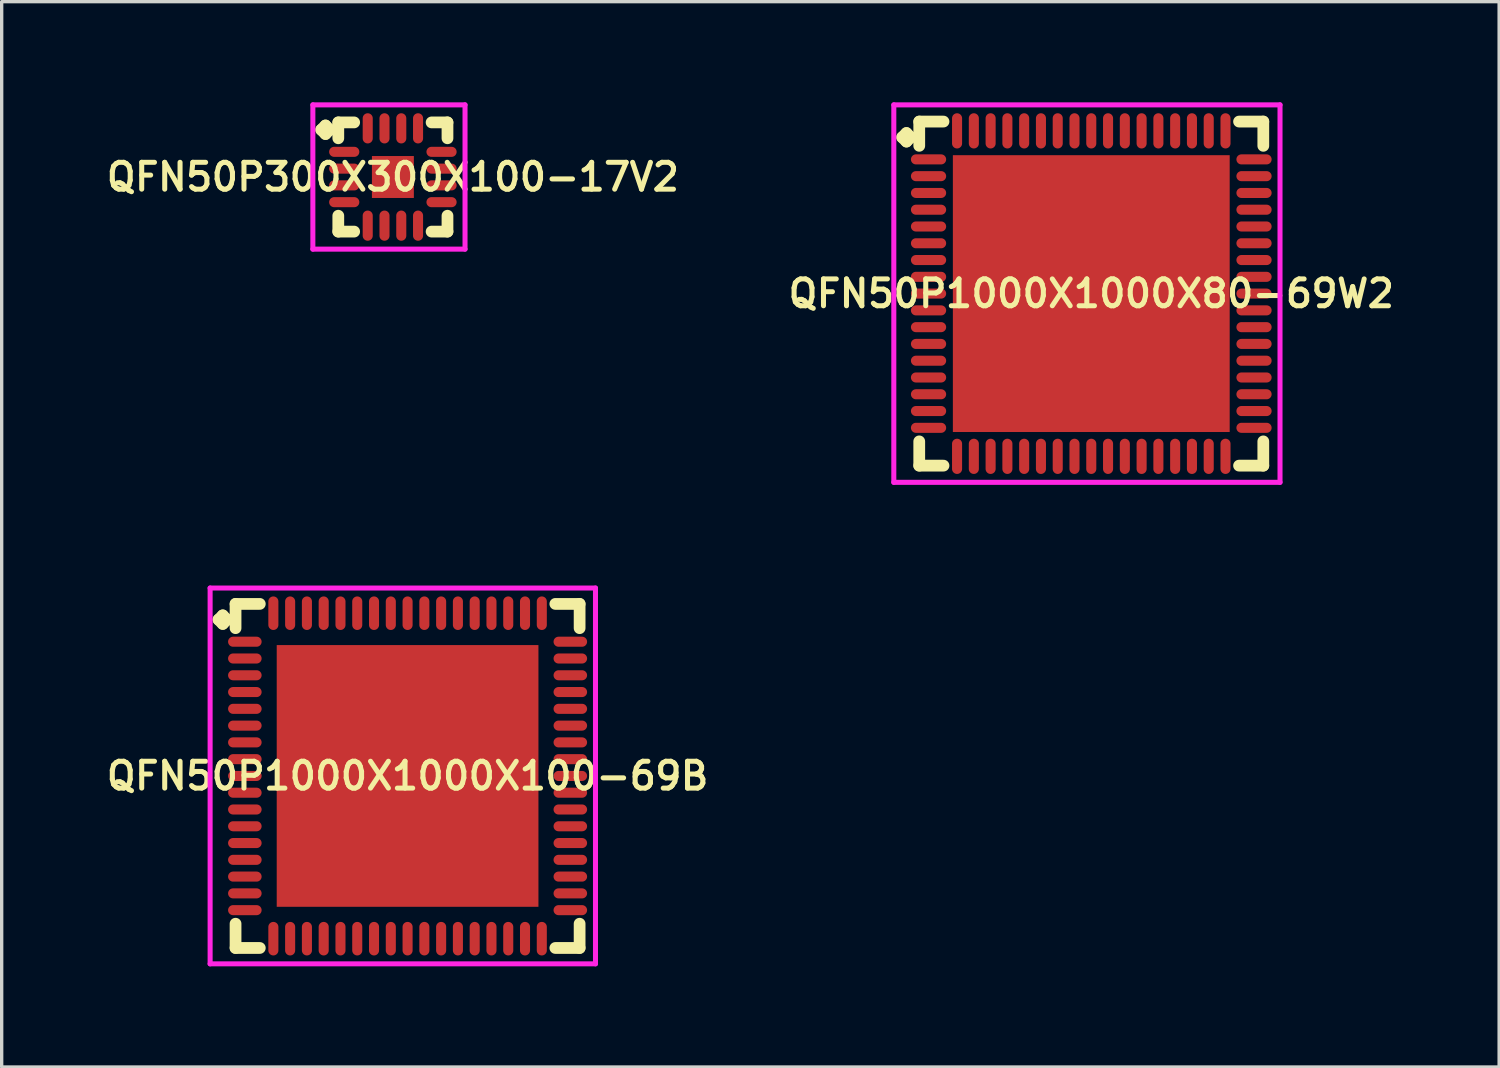
<source format=kicad_pcb>
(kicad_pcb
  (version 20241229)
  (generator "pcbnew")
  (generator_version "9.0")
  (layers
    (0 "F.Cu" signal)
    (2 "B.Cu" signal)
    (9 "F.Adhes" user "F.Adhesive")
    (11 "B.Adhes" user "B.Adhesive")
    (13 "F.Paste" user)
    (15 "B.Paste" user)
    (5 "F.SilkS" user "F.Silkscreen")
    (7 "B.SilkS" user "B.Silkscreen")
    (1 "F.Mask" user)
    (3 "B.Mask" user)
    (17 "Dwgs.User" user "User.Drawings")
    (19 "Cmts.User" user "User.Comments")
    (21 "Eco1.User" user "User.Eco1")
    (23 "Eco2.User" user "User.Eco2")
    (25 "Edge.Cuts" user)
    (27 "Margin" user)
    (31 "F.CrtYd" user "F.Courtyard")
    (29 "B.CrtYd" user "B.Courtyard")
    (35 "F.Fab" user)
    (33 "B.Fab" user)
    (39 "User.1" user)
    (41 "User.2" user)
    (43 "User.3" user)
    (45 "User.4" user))
  (footprint "QFN50P300X300X100-17V2"
    (layer "F.Cu")
    (at 8.659 2.225)
    (property "Reference" "QFN50P300X300X100-17V2" (at 0 0 0) (layer "F.SilkS") (effects (font (size 0.8 0.8) (thickness 0.15))))
    (attr smd)
    (fp_line (start -2.135 -1.408) (end -2.008 -1.535) (stroke (width 0.35) (type solid)) (layer "F.SilkS"))
    (fp_line (start -2.008 -1.535) (end -1.881 -1.408) (stroke (width 0.35) (type solid)) (layer "F.SilkS"))
    (fp_line (start -2.008 -1.281) (end -2.135 -1.408) (stroke (width 0.35) (type solid)) (layer "F.SilkS"))
    (fp_line (start -1.881 -1.408) (end -2.008 -1.281) (stroke (width 0.35) (type solid)) (layer "F.SilkS"))
    (fp_line (start -1.627 -1.627) (end -1.154 -1.627) (stroke (width 0.35) (type solid)) (layer "F.SilkS"))
    (fp_line (start -1.627 -1.154) (end -1.627 -1.627) (stroke (width 0.35) (type solid)) (layer "F.SilkS"))
    (fp_line (start -1.627 1.154) (end -1.627 1.627) (stroke (width 0.35) (type solid)) (layer "F.SilkS"))
    (fp_line (start -1.627 1.627) (end -1.154 1.627) (stroke (width 0.35) (type solid)) (layer "F.SilkS"))
    (fp_line (start 1.154 -1.627) (end 1.627 -1.627) (stroke (width 0.35) (type solid)) (layer "F.SilkS"))
    (fp_line (start 1.154 1.627) (end 1.627 1.627) (stroke (width 0.35) (type solid)) (layer "F.SilkS"))
    (fp_line (start 1.627 -1.627) (end 1.627 -1.154) (stroke (width 0.35) (type solid)) (layer "F.SilkS"))
    (fp_line (start 1.627 1.627) (end 1.627 1.154) (stroke (width 0.35) (type solid)) (layer "F.SilkS"))
    (fp_line (start -2.385 -2.15) (end 2.15 -2.15) (stroke (width 0.15) (type solid)) (layer "F.CrtYd"))
    (fp_line (start -2.385 2.15) (end -2.385 -2.15) (stroke (width 0.15) (type solid)) (layer "F.CrtYd"))
    (fp_line (start 2.15 -2.15) (end 2.15 2.15) (stroke (width 0.15) (type solid)) (layer "F.CrtYd"))
    (fp_line (start 2.15 2.15) (end -2.385 2.15) (stroke (width 0.15) (type solid)) (layer "F.CrtYd"))
    (pad "1" smd oval (at -1.45 -0.75) (size 0.9 0.3) (layers "F.Cu" "F.Mask" "F.Paste"))
    (pad "2" smd oval (at -1.45 -0.25) (size 0.9 0.3) (layers "F.Cu" "F.Mask" "F.Paste"))
    (pad "3" smd oval (at -1.45 0.25) (size 0.9 0.3) (layers "F.Cu" "F.Mask" "F.Paste"))
    (pad "4" smd oval (at -1.45 0.75) (size 0.9 0.3) (layers "F.Cu" "F.Mask" "F.Paste"))
    (pad "5" smd oval (at -0.75 1.45) (size 0.3 0.9) (layers "F.Cu" "F.Mask" "F.Paste"))
    (pad "6" smd oval (at -0.25 1.45) (size 0.3 0.9) (layers "F.Cu" "F.Mask" "F.Paste"))
    (pad "7" smd oval (at 0.25 1.45) (size 0.3 0.9) (layers "F.Cu" "F.Mask" "F.Paste"))
    (pad "8" smd oval (at 0.75 1.45) (size 0.3 0.9) (layers "F.Cu" "F.Mask" "F.Paste"))
    (pad "9" smd oval (at 1.45 0.75) (size 0.9 0.3) (layers "F.Cu" "F.Mask" "F.Paste"))
    (pad "10" smd oval (at 1.45 0.25) (size 0.9 0.3) (layers "F.Cu" "F.Mask" "F.Paste"))
    (pad "11" smd oval (at 1.45 -0.25) (size 0.9 0.3) (layers "F.Cu" "F.Mask" "F.Paste"))
    (pad "12" smd oval (at 1.45 -0.75) (size 0.9 0.3) (layers "F.Cu" "F.Mask" "F.Paste"))
    (pad "13" smd oval (at 0.75 -1.45) (size 0.3 0.9) (layers "F.Cu" "F.Mask" "F.Paste"))
    (pad "14" smd oval (at 0.25 -1.45) (size 0.3 0.9) (layers "F.Cu" "F.Mask" "F.Paste"))
    (pad "15" smd oval (at -0.25 -1.45) (size 0.3 0.9) (layers "F.Cu" "F.Mask" "F.Paste"))
    (pad "16" smd oval (at -0.75 -1.45) (size 0.3 0.9) (layers "F.Cu" "F.Mask" "F.Paste"))
    (pad "17" smd rect (at 0 0) (size 1.25 1.25) (layers "F.Cu" "F.Mask" "F.Paste")))
  (footprint "QFN50P1000X1000X80-69W2"
    (layer "F.Cu")
    (at 29.473 5.7)
    (property "Reference" "QFN50P1000X1000X80-69W2" (at 0 0 0) (layer "F.SilkS") (effects (font (size 0.8 0.8) (thickness 0.15))))
    (attr smd)
    (fp_line (start -5.635 -4.658) (end -5.508 -4.785) (stroke (width 0.35) (type solid)) (layer "F.SilkS"))
    (fp_line (start -5.508 -4.785) (end -5.381 -4.658) (stroke (width 0.35) (type solid)) (layer "F.SilkS"))
    (fp_line (start -5.508 -4.531) (end -5.635 -4.658) (stroke (width 0.35) (type solid)) (layer "F.SilkS"))
    (fp_line (start -5.381 -4.658) (end -5.508 -4.531) (stroke (width 0.35) (type solid)) (layer "F.SilkS"))
    (fp_line (start -5.127 -5.127) (end -4.404 -5.127) (stroke (width 0.35) (type solid)) (layer "F.SilkS"))
    (fp_line (start -5.127 -4.404) (end -5.127 -5.127) (stroke (width 0.35) (type solid)) (layer "F.SilkS"))
    (fp_line (start -5.127 4.404) (end -5.127 5.127) (stroke (width 0.35) (type solid)) (layer "F.SilkS"))
    (fp_line (start -5.127 5.127) (end -4.404 5.127) (stroke (width 0.35) (type solid)) (layer "F.SilkS"))
    (fp_line (start 4.404 -5.127) (end 5.127 -5.127) (stroke (width 0.35) (type solid)) (layer "F.SilkS"))
    (fp_line (start 4.404 5.127) (end 5.127 5.127) (stroke (width 0.35) (type solid)) (layer "F.SilkS"))
    (fp_line (start 5.127 -5.127) (end 5.127 -4.404) (stroke (width 0.35) (type solid)) (layer "F.SilkS"))
    (fp_line (start 5.127 5.127) (end 5.127 4.404) (stroke (width 0.35) (type solid)) (layer "F.SilkS"))
    (fp_line (start -5.885 -5.625) (end 5.625 -5.625) (stroke (width 0.15) (type solid)) (layer "F.CrtYd"))
    (fp_line (start -5.885 5.625) (end -5.885 -5.625) (stroke (width 0.15) (type solid)) (layer "F.CrtYd"))
    (fp_line (start 5.625 -5.625) (end 5.625 5.625) (stroke (width 0.15) (type solid)) (layer "F.CrtYd"))
    (fp_line (start 5.625 5.625) (end -5.885 5.625) (stroke (width 0.15) (type solid)) (layer "F.CrtYd"))
    (pad "1" smd oval (at -4.85 -4) (size 1.05 0.3) (layers "F.Cu" "F.Mask" "F.Paste"))
    (pad "2" smd oval (at -4.85 -3.5) (size 1.05 0.3) (layers "F.Cu" "F.Mask" "F.Paste"))
    (pad "3" smd oval (at -4.85 -3) (size 1.05 0.3) (layers "F.Cu" "F.Mask" "F.Paste"))
    (pad "4" smd oval (at -4.85 -2.5) (size 1.05 0.3) (layers "F.Cu" "F.Mask" "F.Paste"))
    (pad "5" smd oval (at -4.85 -2) (size 1.05 0.3) (layers "F.Cu" "F.Mask" "F.Paste"))
    (pad "6" smd oval (at -4.85 -1.5) (size 1.05 0.3) (layers "F.Cu" "F.Mask" "F.Paste"))
    (pad "7" smd oval (at -4.85 -1) (size 1.05 0.3) (layers "F.Cu" "F.Mask" "F.Paste"))
    (pad "8" smd oval (at -4.85 -0.5) (size 1.05 0.3) (layers "F.Cu" "F.Mask" "F.Paste"))
    (pad "9" smd oval (at -4.85 0) (size 1.05 0.3) (layers "F.Cu" "F.Mask" "F.Paste"))
    (pad "10" smd oval (at -4.85 0.5) (size 1.05 0.3) (layers "F.Cu" "F.Mask" "F.Paste"))
    (pad "11" smd oval (at -4.85 1) (size 1.05 0.3) (layers "F.Cu" "F.Mask" "F.Paste"))
    (pad "12" smd oval (at -4.85 1.5) (size 1.05 0.3) (layers "F.Cu" "F.Mask" "F.Paste"))
    (pad "13" smd oval (at -4.85 2) (size 1.05 0.3) (layers "F.Cu" "F.Mask" "F.Paste"))
    (pad "14" smd oval (at -4.85 2.5) (size 1.05 0.3) (layers "F.Cu" "F.Mask" "F.Paste"))
    (pad "15" smd oval (at -4.85 3) (size 1.05 0.3) (layers "F.Cu" "F.Mask" "F.Paste"))
    (pad "16" smd oval (at -4.85 3.5) (size 1.05 0.3) (layers "F.Cu" "F.Mask" "F.Paste"))
    (pad "17" smd oval (at -4.85 4) (size 1.05 0.3) (layers "F.Cu" "F.Mask" "F.Paste"))
    (pad "18" smd oval (at -4 4.85) (size 0.3 1.05) (layers "F.Cu" "F.Mask" "F.Paste"))
    (pad "19" smd oval (at -3.5 4.85) (size 0.3 1.05) (layers "F.Cu" "F.Mask" "F.Paste"))
    (pad "20" smd oval (at -3 4.85) (size 0.3 1.05) (layers "F.Cu" "F.Mask" "F.Paste"))
    (pad "21" smd oval (at -2.5 4.85) (size 0.3 1.05) (layers "F.Cu" "F.Mask" "F.Paste"))
    (pad "22" smd oval (at -2 4.85) (size 0.3 1.05) (layers "F.Cu" "F.Mask" "F.Paste"))
    (pad "23" smd oval (at -1.5 4.85) (size 0.3 1.05) (layers "F.Cu" "F.Mask" "F.Paste"))
    (pad "24" smd oval (at -1 4.85) (size 0.3 1.05) (layers "F.Cu" "F.Mask" "F.Paste"))
    (pad "25" smd oval (at -0.5 4.85) (size 0.3 1.05) (layers "F.Cu" "F.Mask" "F.Paste"))
    (pad "26" smd oval (at 0 4.85) (size 0.3 1.05) (layers "F.Cu" "F.Mask" "F.Paste"))
    (pad "27" smd oval (at 0.5 4.85) (size 0.3 1.05) (layers "F.Cu" "F.Mask" "F.Paste"))
    (pad "28" smd oval (at 1 4.85) (size 0.3 1.05) (layers "F.Cu" "F.Mask" "F.Paste"))
    (pad "29" smd oval (at 1.5 4.85) (size 0.3 1.05) (layers "F.Cu" "F.Mask" "F.Paste"))
    (pad "30" smd oval (at 2 4.85) (size 0.3 1.05) (layers "F.Cu" "F.Mask" "F.Paste"))
    (pad "31" smd oval (at 2.5 4.85) (size 0.3 1.05) (layers "F.Cu" "F.Mask" "F.Paste"))
    (pad "32" smd oval (at 3 4.85) (size 0.3 1.05) (layers "F.Cu" "F.Mask" "F.Paste"))
    (pad "33" smd oval (at 3.5 4.85) (size 0.3 1.05) (layers "F.Cu" "F.Mask" "F.Paste"))
    (pad "34" smd oval (at 4 4.85) (size 0.3 1.05) (layers "F.Cu" "F.Mask" "F.Paste"))
    (pad "35" smd oval (at 4.85 4) (size 1.05 0.3) (layers "F.Cu" "F.Mask" "F.Paste"))
    (pad "36" smd oval (at 4.85 3.5) (size 1.05 0.3) (layers "F.Cu" "F.Mask" "F.Paste"))
    (pad "37" smd oval (at 4.85 3) (size 1.05 0.3) (layers "F.Cu" "F.Mask" "F.Paste"))
    (pad "38" smd oval (at 4.85 2.5) (size 1.05 0.3) (layers "F.Cu" "F.Mask" "F.Paste"))
    (pad "39" smd oval (at 4.85 2) (size 1.05 0.3) (layers "F.Cu" "F.Mask" "F.Paste"))
    (pad "40" smd oval (at 4.85 1.5) (size 1.05 0.3) (layers "F.Cu" "F.Mask" "F.Paste"))
    (pad "41" smd oval (at 4.85 1) (size 1.05 0.3) (layers "F.Cu" "F.Mask" "F.Paste"))
    (pad "42" smd oval (at 4.85 0.5) (size 1.05 0.3) (layers "F.Cu" "F.Mask" "F.Paste"))
    (pad "43" smd oval (at 4.85 0) (size 1.05 0.3) (layers "F.Cu" "F.Mask" "F.Paste"))
    (pad "44" smd oval (at 4.85 -0.5) (size 1.05 0.3) (layers "F.Cu" "F.Mask" "F.Paste"))
    (pad "45" smd oval (at 4.85 -1) (size 1.05 0.3) (layers "F.Cu" "F.Mask" "F.Paste"))
    (pad "46" smd oval (at 4.85 -1.5) (size 1.05 0.3) (layers "F.Cu" "F.Mask" "F.Paste"))
    (pad "47" smd oval (at 4.85 -2) (size 1.05 0.3) (layers "F.Cu" "F.Mask" "F.Paste"))
    (pad "48" smd oval (at 4.85 -2.5) (size 1.05 0.3) (layers "F.Cu" "F.Mask" "F.Paste"))
    (pad "49" smd oval (at 4.85 -3) (size 1.05 0.3) (layers "F.Cu" "F.Mask" "F.Paste"))
    (pad "50" smd oval (at 4.85 -3.5) (size 1.05 0.3) (layers "F.Cu" "F.Mask" "F.Paste"))
    (pad "51" smd oval (at 4.85 -4) (size 1.05 0.3) (layers "F.Cu" "F.Mask" "F.Paste"))
    (pad "52" smd oval (at 4 -4.85) (size 0.3 1.05) (layers "F.Cu" "F.Mask" "F.Paste"))
    (pad "53" smd oval (at 3.5 -4.85) (size 0.3 1.05) (layers "F.Cu" "F.Mask" "F.Paste"))
    (pad "54" smd oval (at 3 -4.85) (size 0.3 1.05) (layers "F.Cu" "F.Mask" "F.Paste"))
    (pad "55" smd oval (at 2.5 -4.85) (size 0.3 1.05) (layers "F.Cu" "F.Mask" "F.Paste"))
    (pad "56" smd oval (at 2 -4.85) (size 0.3 1.05) (layers "F.Cu" "F.Mask" "F.Paste"))
    (pad "57" smd oval (at 1.5 -4.85) (size 0.3 1.05) (layers "F.Cu" "F.Mask" "F.Paste"))
    (pad "58" smd oval (at 1 -4.85) (size 0.3 1.05) (layers "F.Cu" "F.Mask" "F.Paste"))
    (pad "59" smd oval (at 0.5 -4.85) (size 0.3 1.05) (layers "F.Cu" "F.Mask" "F.Paste"))
    (pad "60" smd oval (at 0 -4.85) (size 0.3 1.05) (layers "F.Cu" "F.Mask" "F.Paste"))
    (pad "61" smd oval (at -0.5 -4.85) (size 0.3 1.05) (layers "F.Cu" "F.Mask" "F.Paste"))
    (pad "62" smd oval (at -1 -4.85) (size 0.3 1.05) (layers "F.Cu" "F.Mask" "F.Paste"))
    (pad "63" smd oval (at -1.5 -4.85) (size 0.3 1.05) (layers "F.Cu" "F.Mask" "F.Paste"))
    (pad "64" smd oval (at -2 -4.85) (size 0.3 1.05) (layers "F.Cu" "F.Mask" "F.Paste"))
    (pad "65" smd oval (at -2.5 -4.85) (size 0.3 1.05) (layers "F.Cu" "F.Mask" "F.Paste"))
    (pad "66" smd oval (at -3 -4.85) (size 0.3 1.05) (layers "F.Cu" "F.Mask" "F.Paste"))
    (pad "67" smd oval (at -3.5 -4.85) (size 0.3 1.05) (layers "F.Cu" "F.Mask" "F.Paste"))
    (pad "68" smd oval (at -4 -4.85) (size 0.3 1.05) (layers "F.Cu" "F.Mask" "F.Paste"))
    (pad "69" smd rect (at 0 0) (size 8.25 8.25) (layers "F.Cu" "F.Mask" "F.Paste")))
  (footprint "QFN50P1000X1000X100-69B"
    (layer "F.Cu")
    (at 9.097 20.075)
    (property "Reference" "QFN50P1000X1000X100-69B" (at 0 0 0) (layer "F.SilkS") (effects (font (size 0.8 0.8) (thickness 0.15))))
    (attr smd)
    (fp_line (start -5.635 -4.658) (end -5.508 -4.785) (stroke (width 0.35) (type solid)) (layer "F.SilkS"))
    (fp_line (start -5.508 -4.785) (end -5.381 -4.658) (stroke (width 0.35) (type solid)) (layer "F.SilkS"))
    (fp_line (start -5.508 -4.531) (end -5.635 -4.658) (stroke (width 0.35) (type solid)) (layer "F.SilkS"))
    (fp_line (start -5.381 -4.658) (end -5.508 -4.531) (stroke (width 0.35) (type solid)) (layer "F.SilkS"))
    (fp_line (start -5.127 -5.127) (end -4.404 -5.127) (stroke (width 0.35) (type solid)) (layer "F.SilkS"))
    (fp_line (start -5.127 -4.404) (end -5.127 -5.127) (stroke (width 0.35) (type solid)) (layer "F.SilkS"))
    (fp_line (start -5.127 4.404) (end -5.127 5.127) (stroke (width 0.35) (type solid)) (layer "F.SilkS"))
    (fp_line (start -5.127 5.127) (end -4.404 5.127) (stroke (width 0.35) (type solid)) (layer "F.SilkS"))
    (fp_line (start 4.404 -5.127) (end 5.127 -5.127) (stroke (width 0.35) (type solid)) (layer "F.SilkS"))
    (fp_line (start 4.404 5.127) (end 5.127 5.127) (stroke (width 0.35) (type solid)) (layer "F.SilkS"))
    (fp_line (start 5.127 -5.127) (end 5.127 -4.404) (stroke (width 0.35) (type solid)) (layer "F.SilkS"))
    (fp_line (start 5.127 5.127) (end 5.127 4.404) (stroke (width 0.35) (type solid)) (layer "F.SilkS"))
    (fp_line (start -5.885 -5.6) (end 5.6 -5.6) (stroke (width 0.15) (type solid)) (layer "F.CrtYd"))
    (fp_line (start -5.885 5.6) (end -5.885 -5.6) (stroke (width 0.15) (type solid)) (layer "F.CrtYd"))
    (fp_line (start 5.6 -5.6) (end 5.6 5.6) (stroke (width 0.15) (type solid)) (layer "F.CrtYd"))
    (fp_line (start 5.6 5.6) (end -5.885 5.6) (stroke (width 0.15) (type solid)) (layer "F.CrtYd"))
    (pad "1" smd oval (at -4.85 -4) (size 1 0.3) (layers "F.Cu" "F.Mask" "F.Paste"))
    (pad "2" smd oval (at -4.85 -3.5) (size 1 0.3) (layers "F.Cu" "F.Mask" "F.Paste"))
    (pad "3" smd oval (at -4.85 -3) (size 1 0.3) (layers "F.Cu" "F.Mask" "F.Paste"))
    (pad "4" smd oval (at -4.85 -2.5) (size 1 0.3) (layers "F.Cu" "F.Mask" "F.Paste"))
    (pad "5" smd oval (at -4.85 -2) (size 1 0.3) (layers "F.Cu" "F.Mask" "F.Paste"))
    (pad "6" smd oval (at -4.85 -1.5) (size 1 0.3) (layers "F.Cu" "F.Mask" "F.Paste"))
    (pad "7" smd oval (at -4.85 -1) (size 1 0.3) (layers "F.Cu" "F.Mask" "F.Paste"))
    (pad "8" smd oval (at -4.85 -0.5) (size 1 0.3) (layers "F.Cu" "F.Mask" "F.Paste"))
    (pad "9" smd oval (at -4.85 0) (size 1 0.3) (layers "F.Cu" "F.Mask" "F.Paste"))
    (pad "10" smd oval (at -4.85 0.5) (size 1 0.3) (layers "F.Cu" "F.Mask" "F.Paste"))
    (pad "11" smd oval (at -4.85 1) (size 1 0.3) (layers "F.Cu" "F.Mask" "F.Paste"))
    (pad "12" smd oval (at -4.85 1.5) (size 1 0.3) (layers "F.Cu" "F.Mask" "F.Paste"))
    (pad "13" smd oval (at -4.85 2) (size 1 0.3) (layers "F.Cu" "F.Mask" "F.Paste"))
    (pad "14" smd oval (at -4.85 2.5) (size 1 0.3) (layers "F.Cu" "F.Mask" "F.Paste"))
    (pad "15" smd oval (at -4.85 3) (size 1 0.3) (layers "F.Cu" "F.Mask" "F.Paste"))
    (pad "16" smd oval (at -4.85 3.5) (size 1 0.3) (layers "F.Cu" "F.Mask" "F.Paste"))
    (pad "17" smd oval (at -4.85 4) (size 1 0.3) (layers "F.Cu" "F.Mask" "F.Paste"))
    (pad "18" smd oval (at -4 4.85) (size 0.3 1) (layers "F.Cu" "F.Mask" "F.Paste"))
    (pad "19" smd oval (at -3.5 4.85) (size 0.3 1) (layers "F.Cu" "F.Mask" "F.Paste"))
    (pad "20" smd oval (at -3 4.85) (size 0.3 1) (layers "F.Cu" "F.Mask" "F.Paste"))
    (pad "21" smd oval (at -2.5 4.85) (size 0.3 1) (layers "F.Cu" "F.Mask" "F.Paste"))
    (pad "22" smd oval (at -2 4.85) (size 0.3 1) (layers "F.Cu" "F.Mask" "F.Paste"))
    (pad "23" smd oval (at -1.5 4.85) (size 0.3 1) (layers "F.Cu" "F.Mask" "F.Paste"))
    (pad "24" smd oval (at -1 4.85) (size 0.3 1) (layers "F.Cu" "F.Mask" "F.Paste"))
    (pad "25" smd oval (at -0.5 4.85) (size 0.3 1) (layers "F.Cu" "F.Mask" "F.Paste"))
    (pad "26" smd oval (at 0 4.85) (size 0.3 1) (layers "F.Cu" "F.Mask" "F.Paste"))
    (pad "27" smd oval (at 0.5 4.85) (size 0.3 1) (layers "F.Cu" "F.Mask" "F.Paste"))
    (pad "28" smd oval (at 1 4.85) (size 0.3 1) (layers "F.Cu" "F.Mask" "F.Paste"))
    (pad "29" smd oval (at 1.5 4.85) (size 0.3 1) (layers "F.Cu" "F.Mask" "F.Paste"))
    (pad "30" smd oval (at 2 4.85) (size 0.3 1) (layers "F.Cu" "F.Mask" "F.Paste"))
    (pad "31" smd oval (at 2.5 4.85) (size 0.3 1) (layers "F.Cu" "F.Mask" "F.Paste"))
    (pad "32" smd oval (at 3 4.85) (size 0.3 1) (layers "F.Cu" "F.Mask" "F.Paste"))
    (pad "33" smd oval (at 3.5 4.85) (size 0.3 1) (layers "F.Cu" "F.Mask" "F.Paste"))
    (pad "34" smd oval (at 4 4.85) (size 0.3 1) (layers "F.Cu" "F.Mask" "F.Paste"))
    (pad "35" smd oval (at 4.85 4) (size 1 0.3) (layers "F.Cu" "F.Mask" "F.Paste"))
    (pad "36" smd oval (at 4.85 3.5) (size 1 0.3) (layers "F.Cu" "F.Mask" "F.Paste"))
    (pad "37" smd oval (at 4.85 3) (size 1 0.3) (layers "F.Cu" "F.Mask" "F.Paste"))
    (pad "38" smd oval (at 4.85 2.5) (size 1 0.3) (layers "F.Cu" "F.Mask" "F.Paste"))
    (pad "39" smd oval (at 4.85 2) (size 1 0.3) (layers "F.Cu" "F.Mask" "F.Paste"))
    (pad "40" smd oval (at 4.85 1.5) (size 1 0.3) (layers "F.Cu" "F.Mask" "F.Paste"))
    (pad "41" smd oval (at 4.85 1) (size 1 0.3) (layers "F.Cu" "F.Mask" "F.Paste"))
    (pad "42" smd oval (at 4.85 0.5) (size 1 0.3) (layers "F.Cu" "F.Mask" "F.Paste"))
    (pad "43" smd oval (at 4.85 0) (size 1 0.3) (layers "F.Cu" "F.Mask" "F.Paste"))
    (pad "44" smd oval (at 4.85 -0.5) (size 1 0.3) (layers "F.Cu" "F.Mask" "F.Paste"))
    (pad "45" smd oval (at 4.85 -1) (size 1 0.3) (layers "F.Cu" "F.Mask" "F.Paste"))
    (pad "46" smd oval (at 4.85 -1.5) (size 1 0.3) (layers "F.Cu" "F.Mask" "F.Paste"))
    (pad "47" smd oval (at 4.85 -2) (size 1 0.3) (layers "F.Cu" "F.Mask" "F.Paste"))
    (pad "48" smd oval (at 4.85 -2.5) (size 1 0.3) (layers "F.Cu" "F.Mask" "F.Paste"))
    (pad "49" smd oval (at 4.85 -3) (size 1 0.3) (layers "F.Cu" "F.Mask" "F.Paste"))
    (pad "50" smd oval (at 4.85 -3.5) (size 1 0.3) (layers "F.Cu" "F.Mask" "F.Paste"))
    (pad "51" smd oval (at 4.85 -4) (size 1 0.3) (layers "F.Cu" "F.Mask" "F.Paste"))
    (pad "52" smd oval (at 4 -4.85) (size 0.3 1) (layers "F.Cu" "F.Mask" "F.Paste"))
    (pad "53" smd oval (at 3.5 -4.85) (size 0.3 1) (layers "F.Cu" "F.Mask" "F.Paste"))
    (pad "54" smd oval (at 3 -4.85) (size 0.3 1) (layers "F.Cu" "F.Mask" "F.Paste"))
    (pad "55" smd oval (at 2.5 -4.85) (size 0.3 1) (layers "F.Cu" "F.Mask" "F.Paste"))
    (pad "56" smd oval (at 2 -4.85) (size 0.3 1) (layers "F.Cu" "F.Mask" "F.Paste"))
    (pad "57" smd oval (at 1.5 -4.85) (size 0.3 1) (layers "F.Cu" "F.Mask" "F.Paste"))
    (pad "58" smd oval (at 1 -4.85) (size 0.3 1) (layers "F.Cu" "F.Mask" "F.Paste"))
    (pad "59" smd oval (at 0.5 -4.85) (size 0.3 1) (layers "F.Cu" "F.Mask" "F.Paste"))
    (pad "60" smd oval (at 0 -4.85) (size 0.3 1) (layers "F.Cu" "F.Mask" "F.Paste"))
    (pad "61" smd oval (at -0.5 -4.85) (size 0.3 1) (layers "F.Cu" "F.Mask" "F.Paste"))
    (pad "62" smd oval (at -1 -4.85) (size 0.3 1) (layers "F.Cu" "F.Mask" "F.Paste"))
    (pad "63" smd oval (at -1.5 -4.85) (size 0.3 1) (layers "F.Cu" "F.Mask" "F.Paste"))
    (pad "64" smd oval (at -2 -4.85) (size 0.3 1) (layers "F.Cu" "F.Mask" "F.Paste"))
    (pad "65" smd oval (at -2.5 -4.85) (size 0.3 1) (layers "F.Cu" "F.Mask" "F.Paste"))
    (pad "66" smd oval (at -3 -4.85) (size 0.3 1) (layers "F.Cu" "F.Mask" "F.Paste"))
    (pad "67" smd oval (at -3.5 -4.85) (size 0.3 1) (layers "F.Cu" "F.Mask" "F.Paste"))
    (pad "68" smd oval (at -4 -4.85) (size 0.3 1) (layers "F.Cu" "F.Mask" "F.Paste"))
    (pad "69" smd rect (at 0 0) (size 7.8 7.8) (layers "F.Cu" "F.Mask" "F.Paste")))
  (gr_rect
    (start -3 -3)
    (end 41.628 28.75)
    (stroke (width 0.1) (type default))
    (fill no)
    (layer "Edge.Cuts")))
</source>
